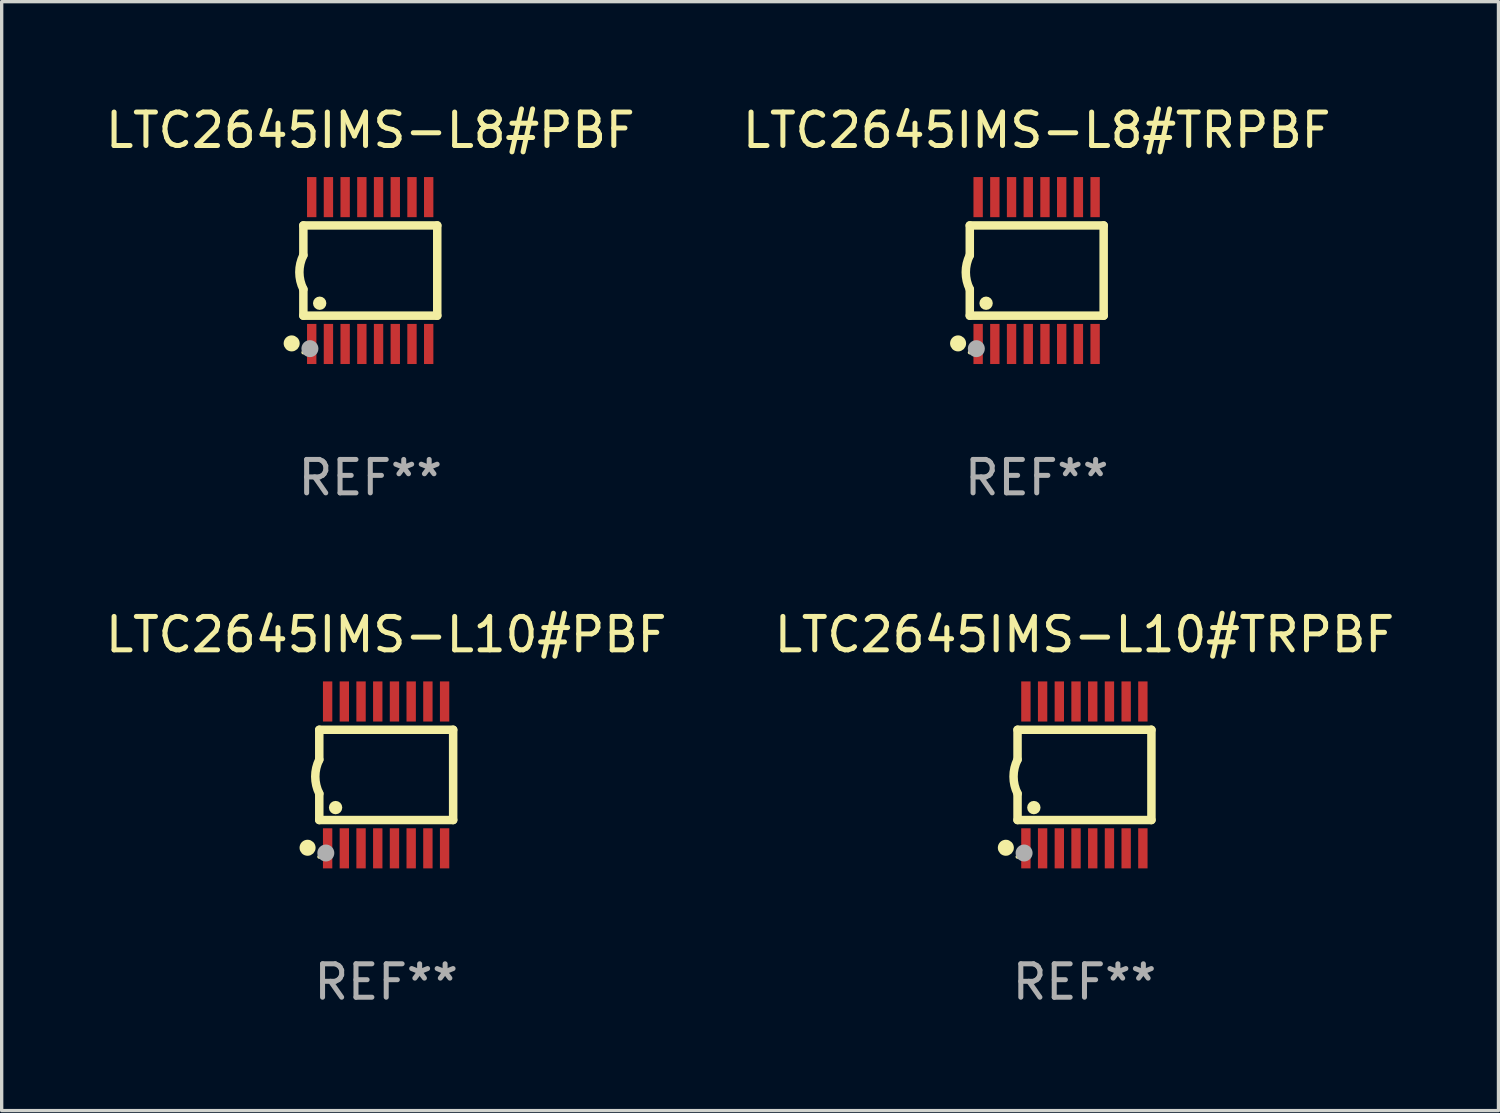
<source format=kicad_pcb>
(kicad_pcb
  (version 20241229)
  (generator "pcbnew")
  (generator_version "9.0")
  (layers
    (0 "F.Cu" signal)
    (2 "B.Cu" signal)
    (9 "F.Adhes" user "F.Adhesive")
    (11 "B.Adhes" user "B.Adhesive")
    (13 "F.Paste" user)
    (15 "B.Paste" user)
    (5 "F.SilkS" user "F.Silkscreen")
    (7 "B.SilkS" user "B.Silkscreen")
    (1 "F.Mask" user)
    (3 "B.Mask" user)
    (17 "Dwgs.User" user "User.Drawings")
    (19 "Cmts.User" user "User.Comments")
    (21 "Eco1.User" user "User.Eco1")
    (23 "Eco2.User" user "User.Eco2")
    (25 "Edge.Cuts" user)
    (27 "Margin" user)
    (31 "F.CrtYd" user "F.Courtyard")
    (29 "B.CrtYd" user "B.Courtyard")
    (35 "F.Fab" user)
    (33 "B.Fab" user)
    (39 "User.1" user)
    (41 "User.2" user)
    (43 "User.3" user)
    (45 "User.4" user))
  (footprint "LTC2645IMS-L10#TRPBF"
    (layer "F.Cu")
    (at 29.399 20.136)
    (property "Reference" "LTC2645IMS-L10#TRPBF" (at 0 -4.197 0) (layer "F.SilkS") (effects (font (size 1 1) (thickness 0.15))))
    (attr through_hole)
    (fp_line (start -2.003 -1.35) (end -2.003 -0.457) (stroke (width 0.254) (type solid)) (layer "F.SilkS"))
    (fp_line (start -2.003 -1.35) (end 2.003 -1.35) (stroke (width 0.254) (type solid)) (layer "F.SilkS"))
    (fp_line (start -2.003 1.35) (end -2.003 0.559) (stroke (width 0.254) (type solid)) (layer "F.SilkS"))
    (fp_line (start -2.003 1.35) (end 2.003 1.35) (stroke (width 0.254) (type solid)) (layer "F.SilkS"))
    (fp_line (start 2.003 -1.35) (end 2.003 1.35) (stroke (width 0.254) (type solid)) (layer "F.SilkS"))
    (fp_arc (start -2.002286 0.558802) (mid -2.122556 0.05092) (end -2.003302 -0.457201) (stroke (width 0.254001) (type solid)) (layer "F.SilkS"))
    (fp_circle (center -2.353 2.18) (end -2.233 2.18) (stroke (width 0.24) (type solid)) (fill no) (layer "F.SilkS"))
    (fp_circle (center -2.003 2.45) (end -1.973 2.45) (stroke (width 0.06) (type solid)) (fill no) (layer "F.SilkS"))
    (fp_circle (center -1.515 0.978) (end -1.415 0.978) (stroke (width 0.2) (type solid)) (fill no) (layer "F.SilkS"))
    (fp_circle (center -1.807 2.337) (end -1.68 2.337) (stroke (width 0.254) (type solid)) (fill no) (layer "F.Fab"))
    (fp_text user "REF**" (at 0 6.197 0) (layer "F.Fab") (effects (font (size 1 1) (thickness 0.15))))
    (pad "1" smd rect (at -1.753 2.197 90) (size 1.2 0.28) (layers "F.Cu" "F.Mask" "F.Paste"))
    (pad "2" smd rect (at -1.253 2.197 90) (size 1.2 0.28) (layers "F.Cu" "F.Mask" "F.Paste"))
    (pad "3" smd rect (at -0.753 2.197 90) (size 1.2 0.28) (layers "F.Cu" "F.Mask" "F.Paste"))
    (pad "4" smd rect (at -0.253 2.197 90) (size 1.2 0.28) (layers "F.Cu" "F.Mask" "F.Paste"))
    (pad "5" smd rect (at 0.247 2.197 90) (size 1.2 0.28) (layers "F.Cu" "F.Mask" "F.Paste"))
    (pad "6" smd rect (at 0.747 2.197 90) (size 1.2 0.28) (layers "F.Cu" "F.Mask" "F.Paste"))
    (pad "7" smd rect (at 1.247 2.197 90) (size 1.2 0.28) (layers "F.Cu" "F.Mask" "F.Paste"))
    (pad "8" smd rect (at 1.747 2.197 90) (size 1.2 0.28) (layers "F.Cu" "F.Mask" "F.Paste"))
    (pad "9" smd rect (at 1.747 -2.197 90) (size 1.2 0.28) (layers "F.Cu" "F.Mask" "F.Paste"))
    (pad "10" smd rect (at 1.247 -2.197 90) (size 1.2 0.28) (layers "F.Cu" "F.Mask" "F.Paste"))
    (pad "11" smd rect (at 0.747 -2.197 90) (size 1.2 0.28) (layers "F.Cu" "F.Mask" "F.Paste"))
    (pad "12" smd rect (at 0.247 -2.197 90) (size 1.2 0.28) (layers "F.Cu" "F.Mask" "F.Paste"))
    (pad "13" smd rect (at -0.253 -2.197 90) (size 1.2 0.28) (layers "F.Cu" "F.Mask" "F.Paste"))
    (pad "14" smd rect (at -0.753 -2.197 90) (size 1.2 0.28) (layers "F.Cu" "F.Mask" "F.Paste"))
    (pad "15" smd rect (at -1.253 -2.197 90) (size 1.2 0.28) (layers "F.Cu" "F.Mask" "F.Paste"))
    (pad "16" smd rect (at -1.753 -2.197 90) (size 1.2 0.28) (layers "F.Cu" "F.Mask" "F.Paste")))
  (footprint "LTC2645IMS-L8#TRPBF"
    (layer "F.Cu")
    (at 27.97 5.045)
    (property "Reference" "LTC2645IMS-L8#TRPBF" (at 0 -4.197 0) (layer "F.SilkS") (effects (font (size 1 1) (thickness 0.15))))
    (attr through_hole)
    (fp_line (start -2.003 -1.35) (end -2.003 -0.457) (stroke (width 0.254) (type solid)) (layer "F.SilkS"))
    (fp_line (start -2.003 -1.35) (end 2.003 -1.35) (stroke (width 0.254) (type solid)) (layer "F.SilkS"))
    (fp_line (start -2.003 1.35) (end -2.003 0.559) (stroke (width 0.254) (type solid)) (layer "F.SilkS"))
    (fp_line (start -2.003 1.35) (end 2.003 1.35) (stroke (width 0.254) (type solid)) (layer "F.SilkS"))
    (fp_line (start 2.003 -1.35) (end 2.003 1.35) (stroke (width 0.254) (type solid)) (layer "F.SilkS"))
    (fp_arc (start -2.002286 0.558802) (mid -2.122556 0.05092) (end -2.003302 -0.457201) (stroke (width 0.254001) (type solid)) (layer "F.SilkS"))
    (fp_circle (center -2.353 2.18) (end -2.233 2.18) (stroke (width 0.24) (type solid)) (fill no) (layer "F.SilkS"))
    (fp_circle (center -2.003 2.45) (end -1.973 2.45) (stroke (width 0.06) (type solid)) (fill no) (layer "F.SilkS"))
    (fp_circle (center -1.515 0.978) (end -1.415 0.978) (stroke (width 0.2) (type solid)) (fill no) (layer "F.SilkS"))
    (fp_circle (center -1.807 2.337) (end -1.68 2.337) (stroke (width 0.254) (type solid)) (fill no) (layer "F.Fab"))
    (fp_text user "REF**" (at 0 6.197 0) (layer "F.Fab") (effects (font (size 1 1) (thickness 0.15))))
    (pad "1" smd rect (at -1.753 2.197 90) (size 1.2 0.28) (layers "F.Cu" "F.Mask" "F.Paste"))
    (pad "2" smd rect (at -1.253 2.197 90) (size 1.2 0.28) (layers "F.Cu" "F.Mask" "F.Paste"))
    (pad "3" smd rect (at -0.753 2.197 90) (size 1.2 0.28) (layers "F.Cu" "F.Mask" "F.Paste"))
    (pad "4" smd rect (at -0.253 2.197 90) (size 1.2 0.28) (layers "F.Cu" "F.Mask" "F.Paste"))
    (pad "5" smd rect (at 0.247 2.197 90) (size 1.2 0.28) (layers "F.Cu" "F.Mask" "F.Paste"))
    (pad "6" smd rect (at 0.747 2.197 90) (size 1.2 0.28) (layers "F.Cu" "F.Mask" "F.Paste"))
    (pad "7" smd rect (at 1.247 2.197 90) (size 1.2 0.28) (layers "F.Cu" "F.Mask" "F.Paste"))
    (pad "8" smd rect (at 1.747 2.197 90) (size 1.2 0.28) (layers "F.Cu" "F.Mask" "F.Paste"))
    (pad "9" smd rect (at 1.747 -2.197 90) (size 1.2 0.28) (layers "F.Cu" "F.Mask" "F.Paste"))
    (pad "10" smd rect (at 1.247 -2.197 90) (size 1.2 0.28) (layers "F.Cu" "F.Mask" "F.Paste"))
    (pad "11" smd rect (at 0.747 -2.197 90) (size 1.2 0.28) (layers "F.Cu" "F.Mask" "F.Paste"))
    (pad "12" smd rect (at 0.247 -2.197 90) (size 1.2 0.28) (layers "F.Cu" "F.Mask" "F.Paste"))
    (pad "13" smd rect (at -0.253 -2.197 90) (size 1.2 0.28) (layers "F.Cu" "F.Mask" "F.Paste"))
    (pad "14" smd rect (at -0.753 -2.197 90) (size 1.2 0.28) (layers "F.Cu" "F.Mask" "F.Paste"))
    (pad "15" smd rect (at -1.253 -2.197 90) (size 1.2 0.28) (layers "F.Cu" "F.Mask" "F.Paste"))
    (pad "16" smd rect (at -1.753 -2.197 90) (size 1.2 0.28) (layers "F.Cu" "F.Mask" "F.Paste")))
  (footprint "LTC2645IMS-L10#PBF"
    (layer "F.Cu")
    (at 8.506 20.136)
    (property "Reference" "LTC2645IMS-L10#PBF" (at 0 -4.197 0) (layer "F.SilkS") (effects (font (size 1 1) (thickness 0.15))))
    (attr through_hole)
    (fp_line (start -2.003 -1.35) (end -2.003 -0.457) (stroke (width 0.254) (type solid)) (layer "F.SilkS"))
    (fp_line (start -2.003 -1.35) (end 2.003 -1.35) (stroke (width 0.254) (type solid)) (layer "F.SilkS"))
    (fp_line (start -2.003 1.35) (end -2.003 0.559) (stroke (width 0.254) (type solid)) (layer "F.SilkS"))
    (fp_line (start -2.003 1.35) (end 2.003 1.35) (stroke (width 0.254) (type solid)) (layer "F.SilkS"))
    (fp_line (start 2.003 -1.35) (end 2.003 1.35) (stroke (width 0.254) (type solid)) (layer "F.SilkS"))
    (fp_arc (start -2.002286 0.558802) (mid -2.122556 0.05092) (end -2.003302 -0.457201) (stroke (width 0.254001) (type solid)) (layer "F.SilkS"))
    (fp_circle (center -2.353 2.18) (end -2.233 2.18) (stroke (width 0.24) (type solid)) (fill no) (layer "F.SilkS"))
    (fp_circle (center -2.003 2.45) (end -1.973 2.45) (stroke (width 0.06) (type solid)) (fill no) (layer "F.SilkS"))
    (fp_circle (center -1.515 0.978) (end -1.415 0.978) (stroke (width 0.2) (type solid)) (fill no) (layer "F.SilkS"))
    (fp_circle (center -1.807 2.337) (end -1.68 2.337) (stroke (width 0.254) (type solid)) (fill no) (layer "F.Fab"))
    (fp_text user "REF**" (at 0 6.197 0) (layer "F.Fab") (effects (font (size 1 1) (thickness 0.15))))
    (pad "1" smd rect (at -1.753 2.197 90) (size 1.2 0.28) (layers "F.Cu" "F.Mask" "F.Paste"))
    (pad "2" smd rect (at -1.253 2.197 90) (size 1.2 0.28) (layers "F.Cu" "F.Mask" "F.Paste"))
    (pad "3" smd rect (at -0.753 2.197 90) (size 1.2 0.28) (layers "F.Cu" "F.Mask" "F.Paste"))
    (pad "4" smd rect (at -0.253 2.197 90) (size 1.2 0.28) (layers "F.Cu" "F.Mask" "F.Paste"))
    (pad "5" smd rect (at 0.247 2.197 90) (size 1.2 0.28) (layers "F.Cu" "F.Mask" "F.Paste"))
    (pad "6" smd rect (at 0.747 2.197 90) (size 1.2 0.28) (layers "F.Cu" "F.Mask" "F.Paste"))
    (pad "7" smd rect (at 1.247 2.197 90) (size 1.2 0.28) (layers "F.Cu" "F.Mask" "F.Paste"))
    (pad "8" smd rect (at 1.747 2.197 90) (size 1.2 0.28) (layers "F.Cu" "F.Mask" "F.Paste"))
    (pad "9" smd rect (at 1.747 -2.197 90) (size 1.2 0.28) (layers "F.Cu" "F.Mask" "F.Paste"))
    (pad "10" smd rect (at 1.247 -2.197 90) (size 1.2 0.28) (layers "F.Cu" "F.Mask" "F.Paste"))
    (pad "11" smd rect (at 0.747 -2.197 90) (size 1.2 0.28) (layers "F.Cu" "F.Mask" "F.Paste"))
    (pad "12" smd rect (at 0.247 -2.197 90) (size 1.2 0.28) (layers "F.Cu" "F.Mask" "F.Paste"))
    (pad "13" smd rect (at -0.253 -2.197 90) (size 1.2 0.28) (layers "F.Cu" "F.Mask" "F.Paste"))
    (pad "14" smd rect (at -0.753 -2.197 90) (size 1.2 0.28) (layers "F.Cu" "F.Mask" "F.Paste"))
    (pad "15" smd rect (at -1.253 -2.197 90) (size 1.2 0.28) (layers "F.Cu" "F.Mask" "F.Paste"))
    (pad "16" smd rect (at -1.753 -2.197 90) (size 1.2 0.28) (layers "F.Cu" "F.Mask" "F.Paste")))
  (footprint "LTC2645IMS-L8#PBF"
    (layer "F.Cu")
    (at 8.03 5.045)
    (property "Reference" "LTC2645IMS-L8#PBF" (at 0 -4.197 0) (layer "F.SilkS") (effects (font (size 1 1) (thickness 0.15))))
    (attr through_hole)
    (fp_line (start -2.003 -1.35) (end -2.003 -0.457) (stroke (width 0.254) (type solid)) (layer "F.SilkS"))
    (fp_line (start -2.003 -1.35) (end 2.003 -1.35) (stroke (width 0.254) (type solid)) (layer "F.SilkS"))
    (fp_line (start -2.003 1.35) (end -2.003 0.559) (stroke (width 0.254) (type solid)) (layer "F.SilkS"))
    (fp_line (start -2.003 1.35) (end 2.003 1.35) (stroke (width 0.254) (type solid)) (layer "F.SilkS"))
    (fp_line (start 2.003 -1.35) (end 2.003 1.35) (stroke (width 0.254) (type solid)) (layer "F.SilkS"))
    (fp_arc (start -2.002286 0.558802) (mid -2.122556 0.05092) (end -2.003302 -0.457201) (stroke (width 0.254001) (type solid)) (layer "F.SilkS"))
    (fp_circle (center -2.353 2.18) (end -2.233 2.18) (stroke (width 0.24) (type solid)) (fill no) (layer "F.SilkS"))
    (fp_circle (center -2.003 2.45) (end -1.973 2.45) (stroke (width 0.06) (type solid)) (fill no) (layer "F.SilkS"))
    (fp_circle (center -1.515 0.978) (end -1.415 0.978) (stroke (width 0.2) (type solid)) (fill no) (layer "F.SilkS"))
    (fp_circle (center -1.807 2.337) (end -1.68 2.337) (stroke (width 0.254) (type solid)) (fill no) (layer "F.Fab"))
    (fp_text user "REF**" (at 0 6.197 0) (layer "F.Fab") (effects (font (size 1 1) (thickness 0.15))))
    (pad "1" smd rect (at -1.753 2.197 90) (size 1.2 0.28) (layers "F.Cu" "F.Mask" "F.Paste"))
    (pad "2" smd rect (at -1.253 2.197 90) (size 1.2 0.28) (layers "F.Cu" "F.Mask" "F.Paste"))
    (pad "3" smd rect (at -0.753 2.197 90) (size 1.2 0.28) (layers "F.Cu" "F.Mask" "F.Paste"))
    (pad "4" smd rect (at -0.253 2.197 90) (size 1.2 0.28) (layers "F.Cu" "F.Mask" "F.Paste"))
    (pad "5" smd rect (at 0.247 2.197 90) (size 1.2 0.28) (layers "F.Cu" "F.Mask" "F.Paste"))
    (pad "6" smd rect (at 0.747 2.197 90) (size 1.2 0.28) (layers "F.Cu" "F.Mask" "F.Paste"))
    (pad "7" smd rect (at 1.247 2.197 90) (size 1.2 0.28) (layers "F.Cu" "F.Mask" "F.Paste"))
    (pad "8" smd rect (at 1.747 2.197 90) (size 1.2 0.28) (layers "F.Cu" "F.Mask" "F.Paste"))
    (pad "9" smd rect (at 1.747 -2.197 90) (size 1.2 0.28) (layers "F.Cu" "F.Mask" "F.Paste"))
    (pad "10" smd rect (at 1.247 -2.197 90) (size 1.2 0.28) (layers "F.Cu" "F.Mask" "F.Paste"))
    (pad "11" smd rect (at 0.747 -2.197 90) (size 1.2 0.28) (layers "F.Cu" "F.Mask" "F.Paste"))
    (pad "12" smd rect (at 0.247 -2.197 90) (size 1.2 0.28) (layers "F.Cu" "F.Mask" "F.Paste"))
    (pad "13" smd rect (at -0.253 -2.197 90) (size 1.2 0.28) (layers "F.Cu" "F.Mask" "F.Paste"))
    (pad "14" smd rect (at -0.753 -2.197 90) (size 1.2 0.28) (layers "F.Cu" "F.Mask" "F.Paste"))
    (pad "15" smd rect (at -1.253 -2.197 90) (size 1.2 0.28) (layers "F.Cu" "F.Mask" "F.Paste"))
    (pad "16" smd rect (at -1.753 -2.197 90) (size 1.2 0.28) (layers "F.Cu" "F.Mask" "F.Paste")))
  (gr_rect
    (start -3 -3)
    (end 41.786 30.181)
    (stroke (width 0.1) (type default))
    (fill no)
    (layer "Edge.Cuts")))
</source>
